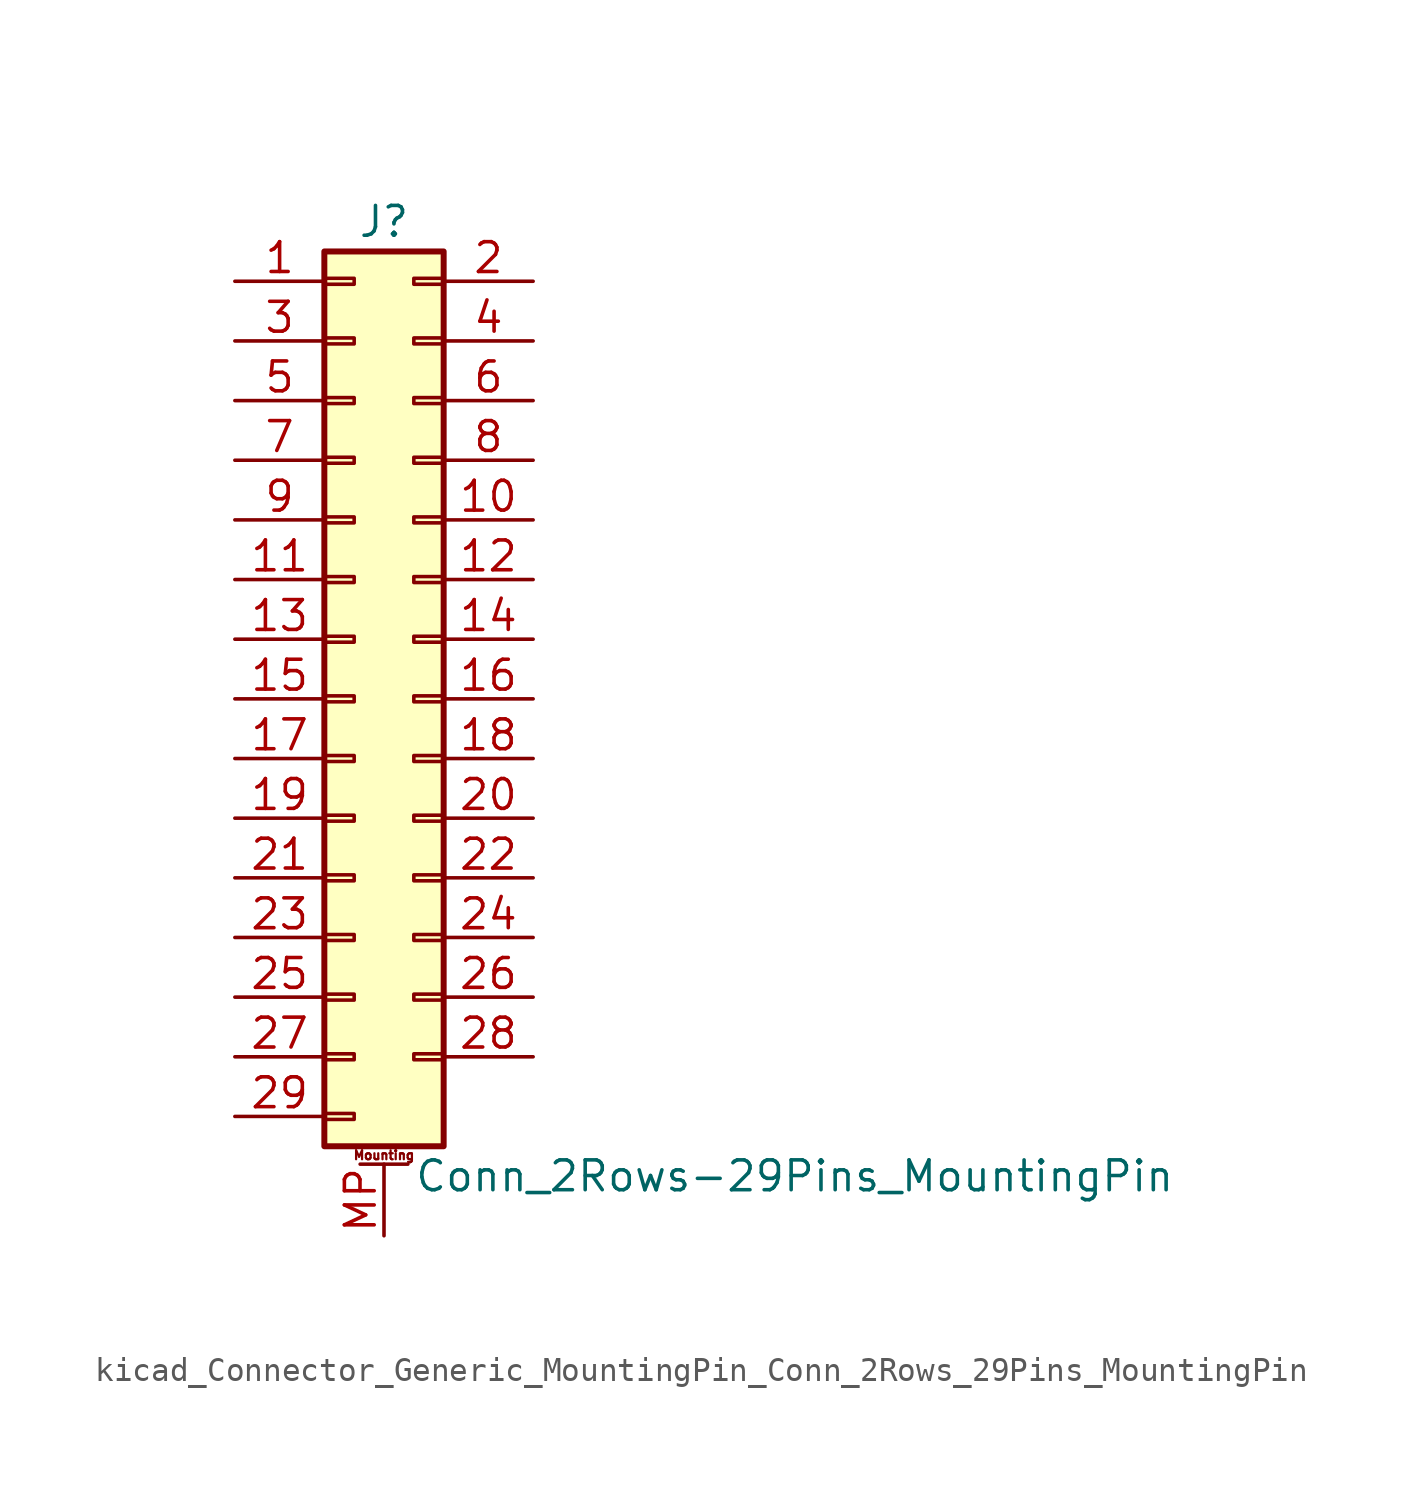
<source format=kicad_sym>
(kicad_symbol_lib
  (version 20220914)
  (generator kicad_symbol_editor)
  (symbol "kicad_Connector_Generic_MountingPin_Conn_2Rows_29Pins_MountingPin"
    (pin_names
      (offset 1.016) hide)
    (property "Reference" "J"
      (at 1.27 20.32 0)
      (effects (font (size 1.27 1.27))))
    (property "Value" "Conn_2Rows-29Pins_MountingPin"
      (at 2.54 -20.32 0)
      (effects (font (size 1.27 1.27)) (justify left)))
    (symbol "kicad_Connector_Generic_MountingPin_Conn_2Rows_29Pins_MountingPin_1_1"
      (rectangle (start -1.27 -17.653) (end 0 -17.907) (stroke (width 0.152) (type default)) (fill (type none)))
      (rectangle (start -1.27 -15.113) (end 0 -15.367) (stroke (width 0.152) (type default)) (fill (type none)))
      (rectangle (start -1.27 -12.573) (end 0 -12.827) (stroke (width 0.152) (type default)) (fill (type none)))
      (rectangle (start -1.27 -10.033) (end 0 -10.287) (stroke (width 0.152) (type default)) (fill (type none)))
      (rectangle (start -1.27 -7.493) (end 0 -7.747) (stroke (width 0.152) (type default)) (fill (type none)))
      (rectangle (start -1.27 -4.953) (end 0 -5.207) (stroke (width 0.152) (type default)) (fill (type none)))
      (rectangle (start -1.27 -2.413) (end 0 -2.667) (stroke (width 0.152) (type default)) (fill (type none)))
      (rectangle (start -1.27 0.127) (end 0 -0.127) (stroke (width 0.152) (type default)) (fill (type none)))
      (rectangle (start -1.27 2.667) (end 0 2.413) (stroke (width 0.152) (type default)) (fill (type none)))
      (rectangle (start -1.27 5.207) (end 0 4.953) (stroke (width 0.152) (type default)) (fill (type none)))
      (rectangle (start -1.27 7.747) (end 0 7.493) (stroke (width 0.152) (type default)) (fill (type none)))
      (rectangle (start -1.27 10.287) (end 0 10.033) (stroke (width 0.152) (type default)) (fill (type none)))
      (rectangle (start -1.27 12.827) (end 0 12.573) (stroke (width 0.152) (type default)) (fill (type none)))
      (rectangle (start -1.27 15.367) (end 0 15.113) (stroke (width 0.152) (type default)) (fill (type none)))
      (rectangle (start -1.27 17.907) (end 0 17.653) (stroke (width 0.152) (type default)) (fill (type none)))
      (rectangle (start -1.27 19.05) (end 3.81 -19.05) (stroke (width 0.254) (type default)) (fill (type background)))
      (polyline (pts (xy 0.254 -19.812) (xy 2.286 -19.812)) (stroke (width 0.152) (type default)) (fill (type none)))
      (rectangle (start 3.81 -15.113) (end 2.54 -15.367) (stroke (width 0.152) (type default)) (fill (type none)))
      (rectangle (start 3.81 -12.573) (end 2.54 -12.827) (stroke (width 0.152) (type default)) (fill (type none)))
      (rectangle (start 3.81 -10.033) (end 2.54 -10.287) (stroke (width 0.152) (type default)) (fill (type none)))
      (rectangle (start 3.81 -7.493) (end 2.54 -7.747) (stroke (width 0.152) (type default)) (fill (type none)))
      (rectangle (start 3.81 -4.953) (end 2.54 -5.207) (stroke (width 0.152) (type default)) (fill (type none)))
      (rectangle (start 3.81 -2.413) (end 2.54 -2.667) (stroke (width 0.152) (type default)) (fill (type none)))
      (rectangle (start 3.81 0.127) (end 2.54 -0.127) (stroke (width 0.152) (type default)) (fill (type none)))
      (rectangle (start 3.81 2.667) (end 2.54 2.413) (stroke (width 0.152) (type default)) (fill (type none)))
      (rectangle (start 3.81 5.207) (end 2.54 4.953) (stroke (width 0.152) (type default)) (fill (type none)))
      (rectangle (start 3.81 7.747) (end 2.54 7.493) (stroke (width 0.152) (type default)) (fill (type none)))
      (rectangle (start 3.81 10.287) (end 2.54 10.033) (stroke (width 0.152) (type default)) (fill (type none)))
      (rectangle (start 3.81 12.827) (end 2.54 12.573) (stroke (width 0.152) (type default)) (fill (type none)))
      (rectangle (start 3.81 15.367) (end 2.54 15.113) (stroke (width 0.152) (type default)) (fill (type none)))
      (rectangle (start 3.81 17.907) (end 2.54 17.653) (stroke (width 0.152) (type default)) (fill (type none)))
      (text "Mounting" (at 1.27 -19.431 0) (effects (font (size 0.381 0.381))))
      (pin passive line (at -5.08 17.78 0) (length 3.81) (name "Pin_1" (effects (font (size 1.27 1.27)))) (number "1" (effects (font (size 1.27 1.27)))))
      (pin passive line (at 7.62 7.62 180) (length 3.81) (name "Pin_10" (effects (font (size 1.27 1.27)))) (number "10" (effects (font (size 1.27 1.27)))))
      (pin passive line (at -5.08 5.08 0) (length 3.81) (name "Pin_11" (effects (font (size 1.27 1.27)))) (number "11" (effects (font (size 1.27 1.27)))))
      (pin passive line (at 7.62 5.08 180) (length 3.81) (name "Pin_12" (effects (font (size 1.27 1.27)))) (number "12" (effects (font (size 1.27 1.27)))))
      (pin passive line (at -5.08 2.54 0) (length 3.81) (name "Pin_13" (effects (font (size 1.27 1.27)))) (number "13" (effects (font (size 1.27 1.27)))))
      (pin passive line (at 7.62 2.54 180) (length 3.81) (name "Pin_14" (effects (font (size 1.27 1.27)))) (number "14" (effects (font (size 1.27 1.27)))))
      (pin passive line (at -5.08 0 0) (length 3.81) (name "Pin_15" (effects (font (size 1.27 1.27)))) (number "15" (effects (font (size 1.27 1.27)))))
      (pin passive line (at 7.62 0 180) (length 3.81) (name "Pin_16" (effects (font (size 1.27 1.27)))) (number "16" (effects (font (size 1.27 1.27)))))
      (pin passive line (at -5.08 -2.54 0) (length 3.81) (name "Pin_17" (effects (font (size 1.27 1.27)))) (number "17" (effects (font (size 1.27 1.27)))))
      (pin passive line (at 7.62 -2.54 180) (length 3.81) (name "Pin_18" (effects (font (size 1.27 1.27)))) (number "18" (effects (font (size 1.27 1.27)))))
      (pin passive line (at -5.08 -5.08 0) (length 3.81) (name "Pin_19" (effects (font (size 1.27 1.27)))) (number "19" (effects (font (size 1.27 1.27)))))
      (pin passive line (at 7.62 17.78 180) (length 3.81) (name "Pin_2" (effects (font (size 1.27 1.27)))) (number "2" (effects (font (size 1.27 1.27)))))
      (pin passive line (at 7.62 -5.08 180) (length 3.81) (name "Pin_20" (effects (font (size 1.27 1.27)))) (number "20" (effects (font (size 1.27 1.27)))))
      (pin passive line (at -5.08 -7.62 0) (length 3.81) (name "Pin_21" (effects (font (size 1.27 1.27)))) (number "21" (effects (font (size 1.27 1.27)))))
      (pin passive line (at 7.62 -7.62 180) (length 3.81) (name "Pin_22" (effects (font (size 1.27 1.27)))) (number "22" (effects (font (size 1.27 1.27)))))
      (pin passive line (at -5.08 -10.16 0) (length 3.81) (name "Pin_23" (effects (font (size 1.27 1.27)))) (number "23" (effects (font (size 1.27 1.27)))))
      (pin passive line (at 7.62 -10.16 180) (length 3.81) (name "Pin_24" (effects (font (size 1.27 1.27)))) (number "24" (effects (font (size 1.27 1.27)))))
      (pin passive line (at -5.08 -12.7 0) (length 3.81) (name "Pin_25" (effects (font (size 1.27 1.27)))) (number "25" (effects (font (size 1.27 1.27)))))
      (pin passive line (at 7.62 -12.7 180) (length 3.81) (name "Pin_26" (effects (font (size 1.27 1.27)))) (number "26" (effects (font (size 1.27 1.27)))))
      (pin passive line (at -5.08 -15.24 0) (length 3.81) (name "Pin_27" (effects (font (size 1.27 1.27)))) (number "27" (effects (font (size 1.27 1.27)))))
      (pin passive line (at 7.62 -15.24 180) (length 3.81) (name "Pin_28" (effects (font (size 1.27 1.27)))) (number "28" (effects (font (size 1.27 1.27)))))
      (pin passive line (at -5.08 -17.78 0) (length 3.81) (name "Pin_29" (effects (font (size 1.27 1.27)))) (number "29" (effects (font (size 1.27 1.27)))))
      (pin passive line (at -5.08 15.24 0) (length 3.81) (name "Pin_3" (effects (font (size 1.27 1.27)))) (number "3" (effects (font (size 1.27 1.27)))))
      (pin passive line (at 7.62 15.24 180) (length 3.81) (name "Pin_4" (effects (font (size 1.27 1.27)))) (number "4" (effects (font (size 1.27 1.27)))))
      (pin passive line (at -5.08 12.7 0) (length 3.81) (name "Pin_5" (effects (font (size 1.27 1.27)))) (number "5" (effects (font (size 1.27 1.27)))))
      (pin passive line (at 7.62 12.7 180) (length 3.81) (name "Pin_6" (effects (font (size 1.27 1.27)))) (number "6" (effects (font (size 1.27 1.27)))))
      (pin passive line (at -5.08 10.16 0) (length 3.81) (name "Pin_7" (effects (font (size 1.27 1.27)))) (number "7" (effects (font (size 1.27 1.27)))))
      (pin passive line (at 7.62 10.16 180) (length 3.81) (name "Pin_8" (effects (font (size 1.27 1.27)))) (number "8" (effects (font (size 1.27 1.27)))))
      (pin passive line (at -5.08 7.62 0) (length 3.81) (name "Pin_9" (effects (font (size 1.27 1.27)))) (number "9" (effects (font (size 1.27 1.27)))))
      (pin passive line (at 1.27 -22.86 90) (length 3.048) (name "MountPin" (effects (font (size 1.27 1.27)))) (number "MP" (effects (font (size 1.27 1.27))))))))
</source>
